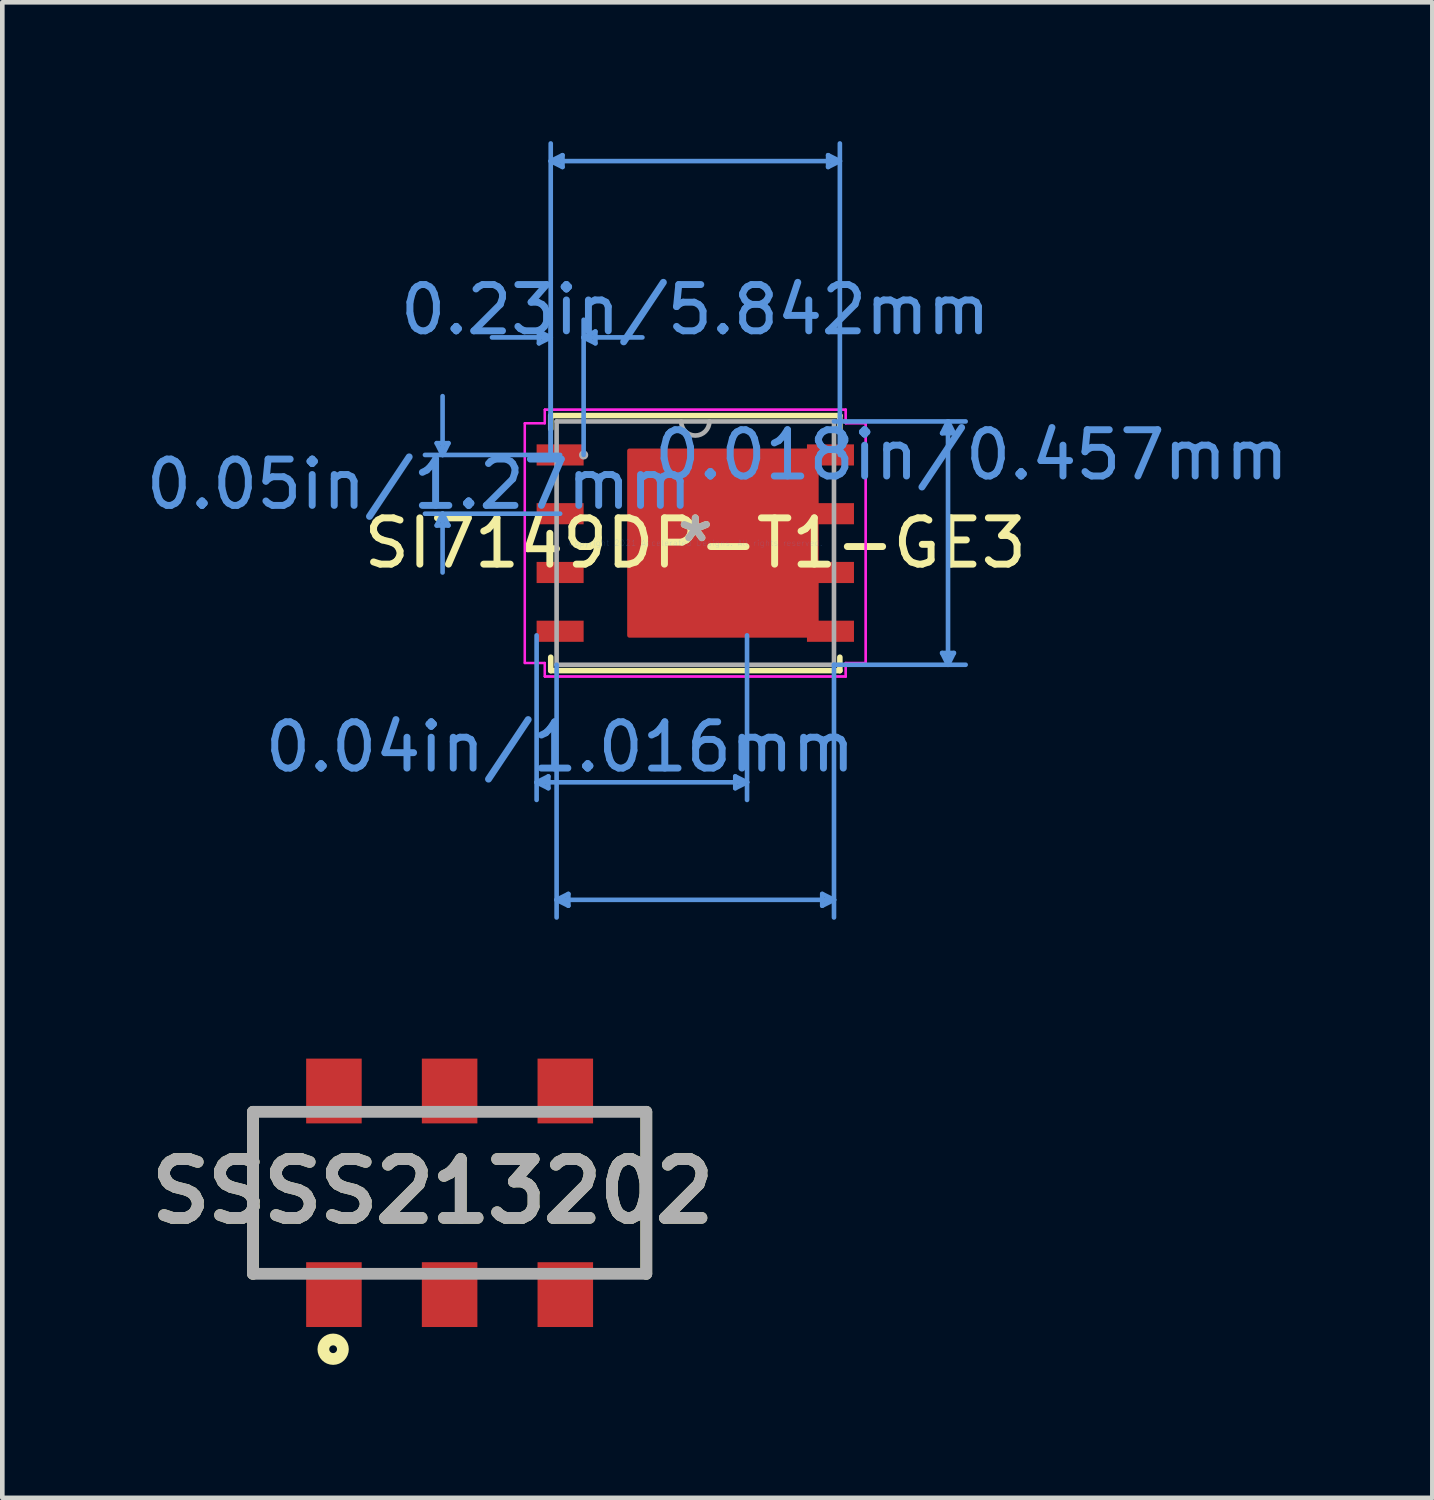
<source format=kicad_pcb>
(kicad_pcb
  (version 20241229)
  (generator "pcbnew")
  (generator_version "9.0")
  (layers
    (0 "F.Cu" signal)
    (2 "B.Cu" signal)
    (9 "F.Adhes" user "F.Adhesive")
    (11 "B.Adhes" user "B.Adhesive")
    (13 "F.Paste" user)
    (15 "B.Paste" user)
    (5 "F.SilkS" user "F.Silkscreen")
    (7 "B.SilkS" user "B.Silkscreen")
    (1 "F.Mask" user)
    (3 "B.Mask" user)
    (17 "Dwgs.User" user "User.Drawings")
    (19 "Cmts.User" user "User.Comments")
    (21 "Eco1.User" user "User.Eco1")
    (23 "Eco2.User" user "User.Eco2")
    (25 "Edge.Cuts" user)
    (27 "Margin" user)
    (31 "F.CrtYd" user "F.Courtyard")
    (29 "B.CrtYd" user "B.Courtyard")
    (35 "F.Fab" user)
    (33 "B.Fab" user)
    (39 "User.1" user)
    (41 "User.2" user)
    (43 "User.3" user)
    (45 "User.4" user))
  (footprint "SI7149DP-T1-GE3"
    (layer "F.Cu")
    (at 11.975 8.686)
    (property "Reference" "SI7149DP-T1-GE3" (at 0 0 0) (layer "F.SilkS") (effects (font (size 1 1) (thickness 0.15))))
    (attr through_hole)
    (fp_poly (pts (xy 2.616 -1.994) (xy -1.422 -1.994) (xy -1.422 1.994) (xy 2.616 1.994)) (stroke (width 0.1) (type solid)) (fill yes) (layer "F.Cu"))
    (fp_poly (pts (xy 2.616 -1.994) (xy -1.422 -1.994) (xy -1.422 1.994) (xy 2.616 1.994)) (stroke (width 0.1) (type solid)) (fill yes) (layer "F.Mask"))
    (fp_line (start -3.124 -2.756) (end -3.124 -2.466) (stroke (width 0.12) (type solid)) (layer "F.SilkS"))
    (fp_line (start -3.124 2.466) (end -3.124 2.756) (stroke (width 0.12) (type solid)) (layer "F.SilkS"))
    (fp_line (start -3.124 2.756) (end 3.124 2.756) (stroke (width 0.12) (type solid)) (layer "F.SilkS"))
    (fp_line (start 3.124 -2.756) (end -3.124 -2.756) (stroke (width 0.12) (type solid)) (layer "F.SilkS"))
    (fp_line (start 3.124 -2.466) (end 3.124 -2.756) (stroke (width 0.12) (type solid)) (layer "F.SilkS"))
    (fp_line (start 3.124 2.756) (end 3.124 2.466) (stroke (width 0.12) (type solid)) (layer "F.SilkS"))
    (fp_poly (pts (xy 2.616 -1.994) (xy -1.422 -1.994) (xy -1.422 1.994) (xy 2.616 1.994)) (stroke (width 0.1) (type solid)) (fill yes) (layer "F.Paste"))
    (fp_line (start -5.588 -2.159) (end -5.334 -2.159) (stroke (width 0.1) (type solid)) (layer "Cmts.User"))
    (fp_line (start -5.588 -0.381) (end -5.334 -0.381) (stroke (width 0.1) (type solid)) (layer "Cmts.User"))
    (fp_line (start -5.461 -1.905) (end -5.588 -2.159) (stroke (width 0.1) (type solid)) (layer "Cmts.User"))
    (fp_line (start -5.461 -1.905) (end -5.461 -3.175) (stroke (width 0.1) (type solid)) (layer "Cmts.User"))
    (fp_line (start -5.461 -1.905) (end -5.334 -2.159) (stroke (width 0.1) (type solid)) (layer "Cmts.User"))
    (fp_line (start -5.461 -0.635) (end -5.588 -0.381) (stroke (width 0.1) (type solid)) (layer "Cmts.User"))
    (fp_line (start -5.461 -0.635) (end -5.461 0.635) (stroke (width 0.1) (type solid)) (layer "Cmts.User"))
    (fp_line (start -5.461 -0.635) (end -5.334 -0.381) (stroke (width 0.1) (type solid)) (layer "Cmts.User"))
    (fp_line (start -3.429 1.994) (end -3.429 5.55) (stroke (width 0.1) (type solid)) (layer "Cmts.User"))
    (fp_line (start -3.429 5.169) (end -3.175 5.042) (stroke (width 0.1) (type solid)) (layer "Cmts.User"))
    (fp_line (start -3.429 5.169) (end -3.175 5.296) (stroke (width 0.1) (type solid)) (layer "Cmts.User"))
    (fp_line (start -3.429 5.169) (end 1.118 5.169) (stroke (width 0.1) (type solid)) (layer "Cmts.User"))
    (fp_line (start -3.378 -4.572) (end -3.378 -4.318) (stroke (width 0.1) (type solid)) (layer "Cmts.User"))
    (fp_line (start -3.175 5.042) (end -3.175 5.296) (stroke (width 0.1) (type solid)) (layer "Cmts.User"))
    (fp_line (start -3.124 -8.255) (end -2.87 -8.382) (stroke (width 0.1) (type solid)) (layer "Cmts.User"))
    (fp_line (start -3.124 -8.255) (end -2.87 -8.128) (stroke (width 0.1) (type solid)) (layer "Cmts.User"))
    (fp_line (start -3.124 -8.255) (end 3.124 -8.255) (stroke (width 0.1) (type solid)) (layer "Cmts.User"))
    (fp_line (start -3.124 -4.445) (end -4.394 -4.445) (stroke (width 0.1) (type solid)) (layer "Cmts.User"))
    (fp_line (start -3.124 -4.445) (end -3.378 -4.572) (stroke (width 0.1) (type solid)) (layer "Cmts.User"))
    (fp_line (start -3.124 -4.445) (end -3.378 -4.318) (stroke (width 0.1) (type solid)) (layer "Cmts.User"))
    (fp_line (start -3.124 -1.905) (end -3.124 -8.636) (stroke (width 0.1) (type solid)) (layer "Cmts.User"))
    (fp_line (start -3.124 -1.905) (end -3.124 -4.826) (stroke (width 0.1) (type solid)) (layer "Cmts.User"))
    (fp_line (start -2.997 2.629) (end -2.997 8.09) (stroke (width 0.1) (type solid)) (layer "Cmts.User"))
    (fp_line (start -2.997 7.709) (end -2.743 7.582) (stroke (width 0.1) (type solid)) (layer "Cmts.User"))
    (fp_line (start -2.997 7.709) (end -2.743 7.836) (stroke (width 0.1) (type solid)) (layer "Cmts.User"))
    (fp_line (start -2.997 7.709) (end 2.997 7.709) (stroke (width 0.1) (type solid)) (layer "Cmts.User"))
    (fp_line (start -2.921 -1.905) (end -5.842 -1.905) (stroke (width 0.1) (type solid)) (layer "Cmts.User"))
    (fp_line (start -2.921 -0.635) (end -5.842 -0.635) (stroke (width 0.1) (type solid)) (layer "Cmts.User"))
    (fp_line (start -2.87 -8.382) (end -2.87 -8.128) (stroke (width 0.1) (type solid)) (layer "Cmts.User"))
    (fp_line (start -2.743 7.582) (end -2.743 7.836) (stroke (width 0.1) (type solid)) (layer "Cmts.User"))
    (fp_line (start -2.413 -4.445) (end -2.159 -4.572) (stroke (width 0.1) (type solid)) (layer "Cmts.User"))
    (fp_line (start -2.413 -4.445) (end -2.159 -4.318) (stroke (width 0.1) (type solid)) (layer "Cmts.User"))
    (fp_line (start -2.413 -4.445) (end -1.143 -4.445) (stroke (width 0.1) (type solid)) (layer "Cmts.User"))
    (fp_line (start -2.413 -1.905) (end -2.413 -4.826) (stroke (width 0.1) (type solid)) (layer "Cmts.User"))
    (fp_line (start -2.159 -4.572) (end -2.159 -4.318) (stroke (width 0.1) (type solid)) (layer "Cmts.User"))
    (fp_line (start 0.864 5.042) (end 0.864 5.296) (stroke (width 0.1) (type solid)) (layer "Cmts.User"))
    (fp_line (start 1.118 1.994) (end 1.118 5.55) (stroke (width 0.1) (type solid)) (layer "Cmts.User"))
    (fp_line (start 1.118 5.169) (end 0.864 5.042) (stroke (width 0.1) (type solid)) (layer "Cmts.User"))
    (fp_line (start 1.118 5.169) (end 0.864 5.296) (stroke (width 0.1) (type solid)) (layer "Cmts.User"))
    (fp_line (start 2.743 7.582) (end 2.743 7.836) (stroke (width 0.1) (type solid)) (layer "Cmts.User"))
    (fp_line (start 2.87 -8.382) (end 2.87 -8.128) (stroke (width 0.1) (type solid)) (layer "Cmts.User"))
    (fp_line (start 2.997 -2.629) (end 5.842 -2.629) (stroke (width 0.1) (type solid)) (layer "Cmts.User"))
    (fp_line (start 2.997 2.629) (end 2.997 8.09) (stroke (width 0.1) (type solid)) (layer "Cmts.User"))
    (fp_line (start 2.997 2.629) (end 5.842 2.629) (stroke (width 0.1) (type solid)) (layer "Cmts.User"))
    (fp_line (start 2.997 7.709) (end 2.743 7.582) (stroke (width 0.1) (type solid)) (layer "Cmts.User"))
    (fp_line (start 2.997 7.709) (end 2.743 7.836) (stroke (width 0.1) (type solid)) (layer "Cmts.User"))
    (fp_line (start 3.124 -8.255) (end 2.87 -8.382) (stroke (width 0.1) (type solid)) (layer "Cmts.User"))
    (fp_line (start 3.124 -8.255) (end 2.87 -8.128) (stroke (width 0.1) (type solid)) (layer "Cmts.User"))
    (fp_line (start 3.124 -1.905) (end 3.124 -8.636) (stroke (width 0.1) (type solid)) (layer "Cmts.User"))
    (fp_line (start 5.334 -2.375) (end 5.588 -2.375) (stroke (width 0.1) (type solid)) (layer "Cmts.User"))
    (fp_line (start 5.334 2.375) (end 5.588 2.375) (stroke (width 0.1) (type solid)) (layer "Cmts.User"))
    (fp_line (start 5.461 -2.629) (end 5.334 -2.375) (stroke (width 0.1) (type solid)) (layer "Cmts.User"))
    (fp_line (start 5.461 -2.629) (end 5.461 2.629) (stroke (width 0.1) (type solid)) (layer "Cmts.User"))
    (fp_line (start 5.461 -2.629) (end 5.588 -2.375) (stroke (width 0.1) (type solid)) (layer "Cmts.User"))
    (fp_line (start 5.461 2.629) (end 5.334 2.375) (stroke (width 0.1) (type solid)) (layer "Cmts.User"))
    (fp_line (start 5.461 2.629) (end 5.588 2.375) (stroke (width 0.1) (type solid)) (layer "Cmts.User"))
    (fp_line (start -3.683 -2.591) (end -3.251 -2.591) (stroke (width 0.05) (type solid)) (layer "F.CrtYd"))
    (fp_line (start -3.683 -2.591) (end -3.251 -2.591) (stroke (width 0.05) (type solid)) (layer "F.CrtYd"))
    (fp_line (start -3.683 2.591) (end -3.683 -2.591) (stroke (width 0.05) (type solid)) (layer "F.CrtYd"))
    (fp_line (start -3.683 2.591) (end -3.683 -2.591) (stroke (width 0.05) (type solid)) (layer "F.CrtYd"))
    (fp_line (start -3.683 2.591) (end -3.251 2.591) (stroke (width 0.05) (type solid)) (layer "F.CrtYd"))
    (fp_line (start -3.251 -2.883) (end 3.251 -2.883) (stroke (width 0.05) (type solid)) (layer "F.CrtYd"))
    (fp_line (start -3.251 -2.883) (end 3.251 -2.883) (stroke (width 0.05) (type solid)) (layer "F.CrtYd"))
    (fp_line (start -3.251 -2.591) (end -3.251 -2.883) (stroke (width 0.05) (type solid)) (layer "F.CrtYd"))
    (fp_line (start -3.251 -2.591) (end -3.251 -2.883) (stroke (width 0.05) (type solid)) (layer "F.CrtYd"))
    (fp_line (start -3.251 2.591) (end -3.683 2.591) (stroke (width 0.05) (type solid)) (layer "F.CrtYd"))
    (fp_line (start -3.251 2.883) (end -3.251 2.591) (stroke (width 0.05) (type solid)) (layer "F.CrtYd"))
    (fp_line (start -3.251 2.883) (end -3.251 2.591) (stroke (width 0.05) (type solid)) (layer "F.CrtYd"))
    (fp_line (start 3.251 -2.883) (end 3.251 -2.591) (stroke (width 0.05) (type solid)) (layer "F.CrtYd"))
    (fp_line (start 3.251 -2.883) (end 3.251 -2.591) (stroke (width 0.05) (type solid)) (layer "F.CrtYd"))
    (fp_line (start 3.251 -2.591) (end 3.683 -2.591) (stroke (width 0.05) (type solid)) (layer "F.CrtYd"))
    (fp_line (start 3.251 2.591) (end 3.251 2.883) (stroke (width 0.05) (type solid)) (layer "F.CrtYd"))
    (fp_line (start 3.251 2.591) (end 3.251 2.883) (stroke (width 0.05) (type solid)) (layer "F.CrtYd"))
    (fp_line (start 3.251 2.883) (end -3.251 2.883) (stroke (width 0.05) (type solid)) (layer "F.CrtYd"))
    (fp_line (start 3.251 2.883) (end -3.251 2.883) (stroke (width 0.05) (type solid)) (layer "F.CrtYd"))
    (fp_line (start 3.683 -2.591) (end 3.251 -2.591) (stroke (width 0.05) (type solid)) (layer "F.CrtYd"))
    (fp_line (start 3.683 -2.591) (end 3.683 2.591) (stroke (width 0.05) (type solid)) (layer "F.CrtYd"))
    (fp_line (start 3.683 -2.591) (end 3.683 2.591) (stroke (width 0.05) (type solid)) (layer "F.CrtYd"))
    (fp_line (start 3.683 2.591) (end 3.251 2.591) (stroke (width 0.05) (type solid)) (layer "F.CrtYd"))
    (fp_line (start 3.683 2.591) (end 3.251 2.591) (stroke (width 0.05) (type solid)) (layer "F.CrtYd"))
    (fp_line (start -2.997 -2.629) (end -2.997 2.629) (stroke (width 0.1) (type solid)) (layer "F.Fab"))
    (fp_line (start -2.997 2.629) (end 2.997 2.629) (stroke (width 0.1) (type solid)) (layer "F.Fab"))
    (fp_line (start 2.997 -2.629) (end -2.997 -2.629) (stroke (width 0.1) (type solid)) (layer "F.Fab"))
    (fp_line (start 2.997 2.629) (end 2.997 -2.629) (stroke (width 0.1) (type solid)) (layer "F.Fab"))
    (fp_arc (start 0.3048 -2.6289) (mid 0 -2.3241) (end -0.3048 -2.6289) (stroke (width 0.1) (type solid)) (layer "F.Fab"))
    (fp_circle (center -2.413 -1.905) (end -2.413 -1.905) (stroke (width 0.1) (type solid)) (fill no) (layer "F.Fab"))
    (fp_text user "*" (at 0 0 0) (layer "F.SilkS") (effects (font (size 1 1) (thickness 0.15))))
    (fp_text user "0.04in/1.016mm" (at -2.921 4.407 0) (layer "Cmts.User") (effects (font (size 1 1) (thickness 0.15))))
    (fp_text user "0.018in/0.457mm" (at 5.969 -1.905 0) (layer "Cmts.User") (effects (font (size 1 1) (thickness 0.15))))
    (fp_text user "Copyright 2021 Accelerated Designs. All rights reserved." (at 0 0 0) (layer "Cmts.User") (effects (font (size 0.127 0.127) (thickness 0.002))))
    (fp_text user "0.23in/5.842mm" (at 0 -5.042 0) (layer "Cmts.User") (effects (font (size 1 1) (thickness 0.15))))
    (fp_text user "0.05in/1.27mm" (at -5.969 -1.27 0) (layer "Cmts.User") (effects (font (size 1 1) (thickness 0.15))))
    (fp_text user "*" (at 0 0 0) (layer "F.Fab") (effects (font (size 1 1) (thickness 0.15))))
    (pad "1" smd rect (at -2.921 -1.905) (size 1.016 0.457) (layers "F.Cu" "F.Mask" "F.Paste"))
    (pad "2" smd rect (at -2.921 -0.635) (size 1.016 0.457) (layers "F.Cu" "F.Mask" "F.Paste"))
    (pad "3" smd rect (at -2.921 0.635) (size 1.016 0.457) (layers "F.Cu" "F.Mask" "F.Paste"))
    (pad "4" smd rect (at -2.921 1.905) (size 1.016 0.457) (layers "F.Cu" "F.Mask" "F.Paste"))
    (pad "5" smd rect (at 2.921 1.905) (size 1.016 0.457) (layers "F.Cu" "F.Mask" "F.Paste"))
    (pad "6" smd rect (at 2.921 0.635) (size 1.016 0.457) (layers "F.Cu" "F.Mask" "F.Paste"))
    (pad "7" smd rect (at 2.921 -0.635) (size 1.016 0.457) (layers "F.Cu" "F.Mask" "F.Paste"))
    (pad "8" smd rect (at 2.921 -1.905) (size 1.016 0.457) (layers "F.Cu" "F.Mask" "F.Paste")))
  (footprint "SSSS213202"
    (layer "F.Cu")
    (at 6.666 22.726)
    (property "Reference" "SSSS213202" (at -0.364 -0.033 0) (layer "F.SilkS") (effects (font (size 1.27 1.27) (thickness 0.254))))
    (attr smd)
    (fp_line (start -4.25 1.75) (end -4.25 -1.75) (stroke (width 0.254) (type solid)) (layer "F.SilkS"))
    (fp_line (start 4.25 -1.75) (end 4.25 1.75) (stroke (width 0.254) (type solid)) (layer "F.SilkS"))
    (fp_circle (center -2.517 3.38) (end -2.517 3.464) (stroke (width 0.254) (type solid)) (fill no) (layer "F.SilkS"))
    (fp_line (start -4.25 -1.75) (end 4.25 -1.75) (stroke (width 0.254) (type solid)) (layer "F.Fab"))
    (fp_line (start -4.25 1.75) (end -4.25 -1.75) (stroke (width 0.254) (type solid)) (layer "F.Fab"))
    (fp_line (start 4.25 -1.75) (end 4.25 1.75) (stroke (width 0.254) (type solid)) (layer "F.Fab"))
    (fp_line (start 4.25 1.75) (end -4.25 1.75) (stroke (width 0.254) (type solid)) (layer "F.Fab"))
    (fp_text user "${REFERENCE}" (at -0.364 -0.033 0) (layer "F.Fab") (effects (font (size 1.27 1.27) (thickness 0.254))))
    (pad "1" smd rect (at -2.5 2.2) (size 1.2 1.4) (layers "F.Cu" "F.Mask" "F.Paste"))
    (pad "2" smd rect (at 0 2.2) (size 1.2 1.4) (layers "F.Cu" "F.Mask" "F.Paste"))
    (pad "3" smd rect (at 2.5 2.2) (size 1.2 1.4) (layers "F.Cu" "F.Mask" "F.Paste"))
    (pad "4" smd rect (at -2.5 -2.2) (size 1.2 1.4) (layers "F.Cu" "F.Mask" "F.Paste"))
    (pad "5" smd rect (at 0 -2.2) (size 1.2 1.4) (layers "F.Cu" "F.Mask" "F.Paste"))
    (pad "6" smd rect (at 2.5 -2.2) (size 1.2 1.4) (layers "F.Cu" "F.Mask" "F.Paste")))
  (gr_rect
    (start -3 -3)
    (end 27.902 29.317)
    (stroke (width 0.1) (type default))
    (fill no)
    (layer "Edge.Cuts")))
</source>
